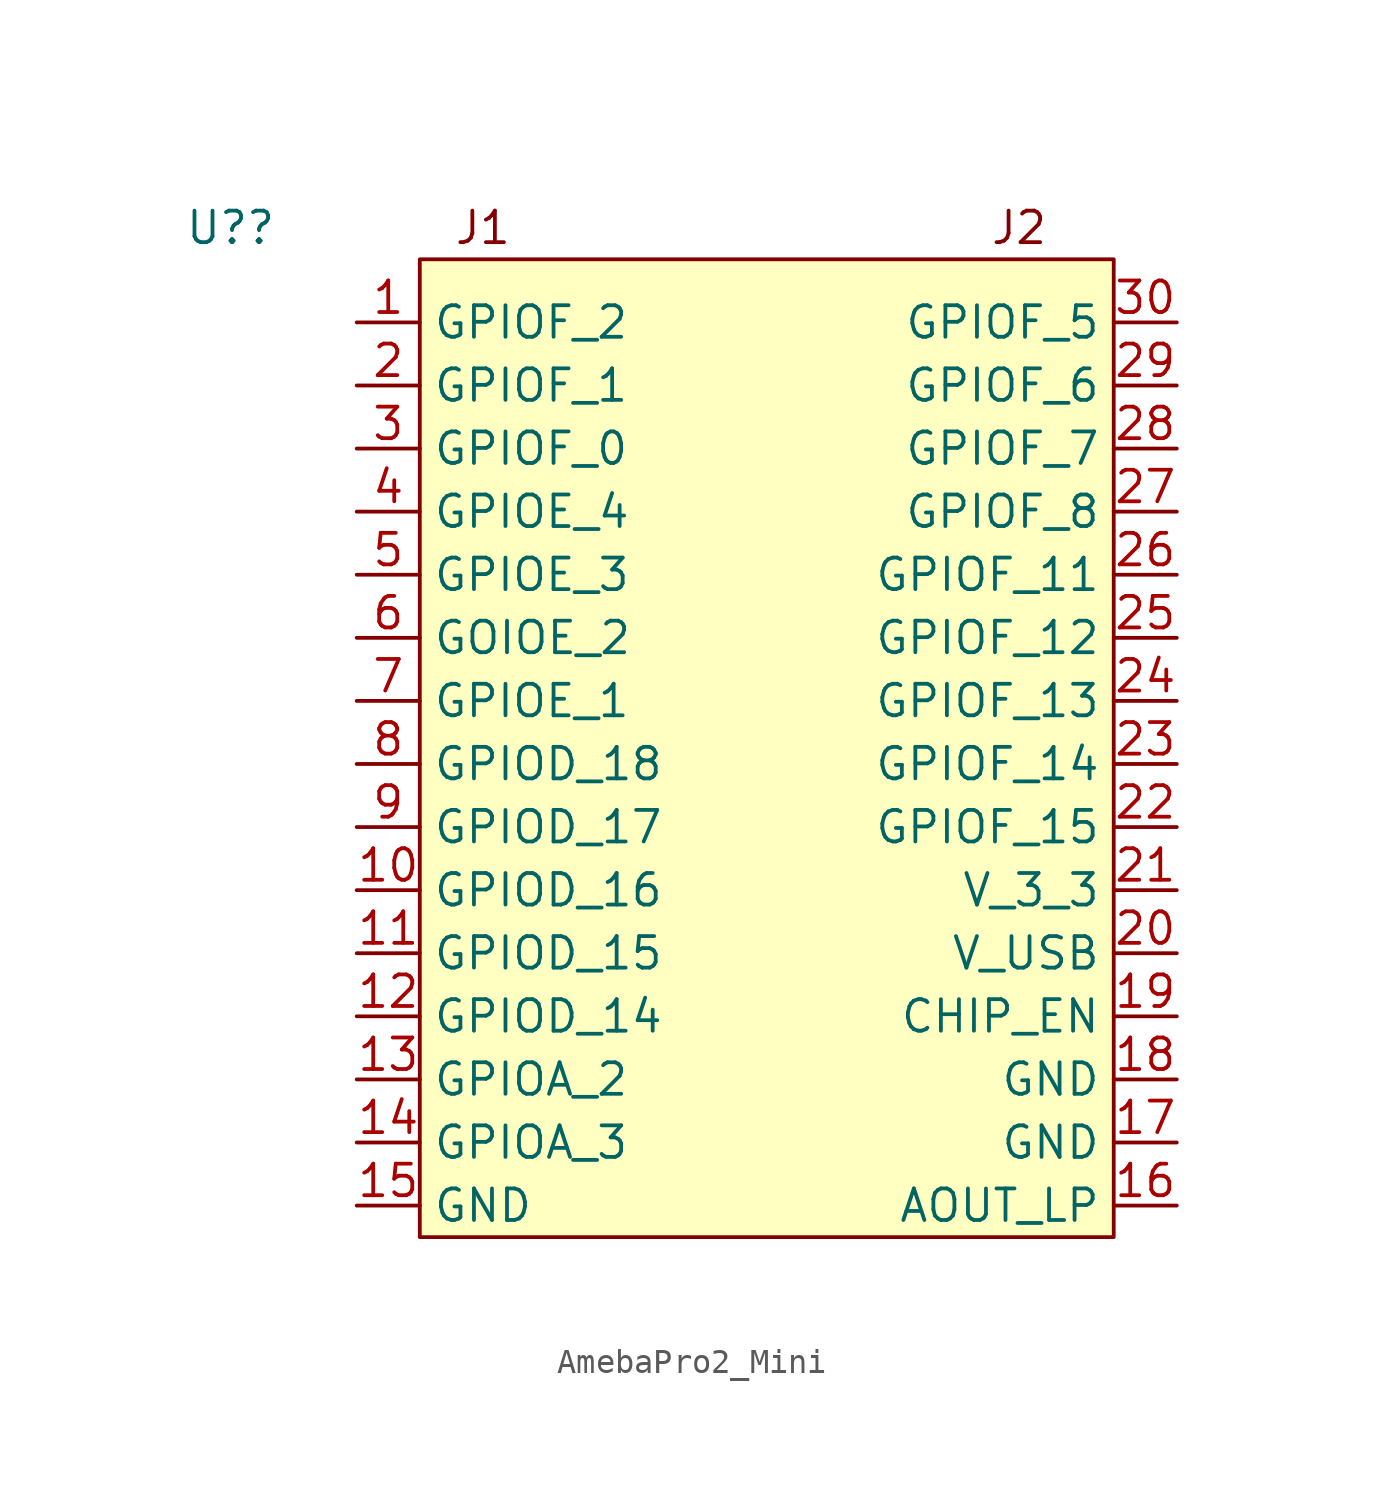
<source format=kicad_sym>
(kicad_symbol_lib
  (version 20220914)
  (generator kicad_symbol_editor)
  (symbol "AmebaPro2_Mini"
    (property "Reference" "U?"
      (at -5.08 3.81 0)
      (effects (font (size 1.27 1.27))))
    (property "Value" ""
      (at 0 0 0)
      (effects (font (size 1.27 1.27))))
    (symbol "AmebaPro2_Mini_1_1"
      (rectangle (start 2.54 2.54) (end 30.48 -36.83) (stroke (width 0) (type default)) (fill (type background)))
      (text "J1\n" (at 5.08 3.81 0) (effects (font (size 1.27 1.27))))
      (text "J2\n" (at 26.67 3.81 0) (effects (font (size 1.27 1.27))))
      (pin input line (at 0 0 0) (length 2.54) (name "GPIOF_2" (effects (font (size 1.27 1.27)))) (number "1" (effects (font (size 1.27 1.27)))))
      (pin input line (at 0 -22.86 0) (length 2.54) (name "GPIOD_16" (effects (font (size 1.27 1.27)))) (number "10" (effects (font (size 1.27 1.27)))))
      (pin input line (at 0 -25.4 0) (length 2.54) (name "GPIOD_15" (effects (font (size 1.27 1.27)))) (number "11" (effects (font (size 1.27 1.27)))))
      (pin input line (at 0 -27.94 0) (length 2.54) (name "GPIOD_14" (effects (font (size 1.27 1.27)))) (number "12" (effects (font (size 1.27 1.27)))))
      (pin input line (at 0 -30.48 0) (length 2.54) (name "GPIOA_2" (effects (font (size 1.27 1.27)))) (number "13" (effects (font (size 1.27 1.27)))))
      (pin input line (at 0 -33.02 0) (length 2.54) (name "GPIOA_3" (effects (font (size 1.27 1.27)))) (number "14" (effects (font (size 1.27 1.27)))))
      (pin input line (at 0 -35.56 0) (length 2.54) (name "GND" (effects (font (size 1.27 1.27)))) (number "15" (effects (font (size 1.27 1.27)))))
      (pin input line (at 33.02 -35.56 180) (length 2.54) (name "AOUT_LP" (effects (font (size 1.27 1.27)))) (number "16" (effects (font (size 1.27 1.27)))))
      (pin input line (at 33.02 -33.02 180) (length 2.54) (name "GND" (effects (font (size 1.27 1.27)))) (number "17" (effects (font (size 1.27 1.27)))))
      (pin input line (at 33.02 -30.48 180) (length 2.54) (name "GND" (effects (font (size 1.27 1.27)))) (number "18" (effects (font (size 1.27 1.27)))))
      (pin input line (at 33.02 -27.94 180) (length 2.54) (name "CHIP_EN" (effects (font (size 1.27 1.27)))) (number "19" (effects (font (size 1.27 1.27)))))
      (pin input line (at 0 -2.54 0) (length 2.54) (name "GPIOF_1" (effects (font (size 1.27 1.27)))) (number "2" (effects (font (size 1.27 1.27)))))
      (pin input line (at 33.02 -25.4 180) (length 2.54) (name "V_USB" (effects (font (size 1.27 1.27)))) (number "20" (effects (font (size 1.27 1.27)))))
      (pin input line (at 33.02 -22.86 180) (length 2.54) (name "V_3_3" (effects (font (size 1.27 1.27)))) (number "21" (effects (font (size 1.27 1.27)))))
      (pin input line (at 33.02 -20.32 180) (length 2.54) (name "GPIOF_15" (effects (font (size 1.27 1.27)))) (number "22" (effects (font (size 1.27 1.27)))))
      (pin input line (at 33.02 -17.78 180) (length 2.54) (name "GPIOF_14" (effects (font (size 1.27 1.27)))) (number "23" (effects (font (size 1.27 1.27)))))
      (pin input line (at 33.02 -15.24 180) (length 2.54) (name "GPIOF_13" (effects (font (size 1.27 1.27)))) (number "24" (effects (font (size 1.27 1.27)))))
      (pin input line (at 33.02 -12.7 180) (length 2.54) (name "GPIOF_12" (effects (font (size 1.27 1.27)))) (number "25" (effects (font (size 1.27 1.27)))))
      (pin input line (at 33.02 -10.16 180) (length 2.54) (name "GPIOF_11" (effects (font (size 1.27 1.27)))) (number "26" (effects (font (size 1.27 1.27)))))
      (pin input line (at 33.02 -7.62 180) (length 2.54) (name "GPIOF_8" (effects (font (size 1.27 1.27)))) (number "27" (effects (font (size 1.27 1.27)))))
      (pin input line (at 33.02 -5.08 180) (length 2.54) (name "GPIOF_7" (effects (font (size 1.27 1.27)))) (number "28" (effects (font (size 1.27 1.27)))))
      (pin input line (at 33.02 -2.54 180) (length 2.54) (name "GPIOF_6" (effects (font (size 1.27 1.27)))) (number "29" (effects (font (size 1.27 1.27)))))
      (pin input line (at 0 -5.08 0) (length 2.54) (name "GPIOF_0" (effects (font (size 1.27 1.27)))) (number "3" (effects (font (size 1.27 1.27)))))
      (pin input line (at 33.02 0 180) (length 2.54) (name "GPIOF_5" (effects (font (size 1.27 1.27)))) (number "30" (effects (font (size 1.27 1.27)))))
      (pin input line (at 0 -7.62 0) (length 2.54) (name "GPIOE_4" (effects (font (size 1.27 1.27)))) (number "4" (effects (font (size 1.27 1.27)))))
      (pin input line (at 0 -10.16 0) (length 2.54) (name "GPIOE_3" (effects (font (size 1.27 1.27)))) (number "5" (effects (font (size 1.27 1.27)))))
      (pin input line (at 0 -12.7 0) (length 2.54) (name "GOIOE_2" (effects (font (size 1.27 1.27)))) (number "6" (effects (font (size 1.27 1.27)))))
      (pin input line (at 0 -15.24 0) (length 2.54) (name "GPIOE_1" (effects (font (size 1.27 1.27)))) (number "7" (effects (font (size 1.27 1.27)))))
      (pin input line (at 0 -17.78 0) (length 2.54) (name "GPIOD_18" (effects (font (size 1.27 1.27)))) (number "8" (effects (font (size 1.27 1.27)))))
      (pin input line (at 0 -20.32 0) (length 2.54) (name "GPIOD_17" (effects (font (size 1.27 1.27)))) (number "9" (effects (font (size 1.27 1.27))))))))
</source>
